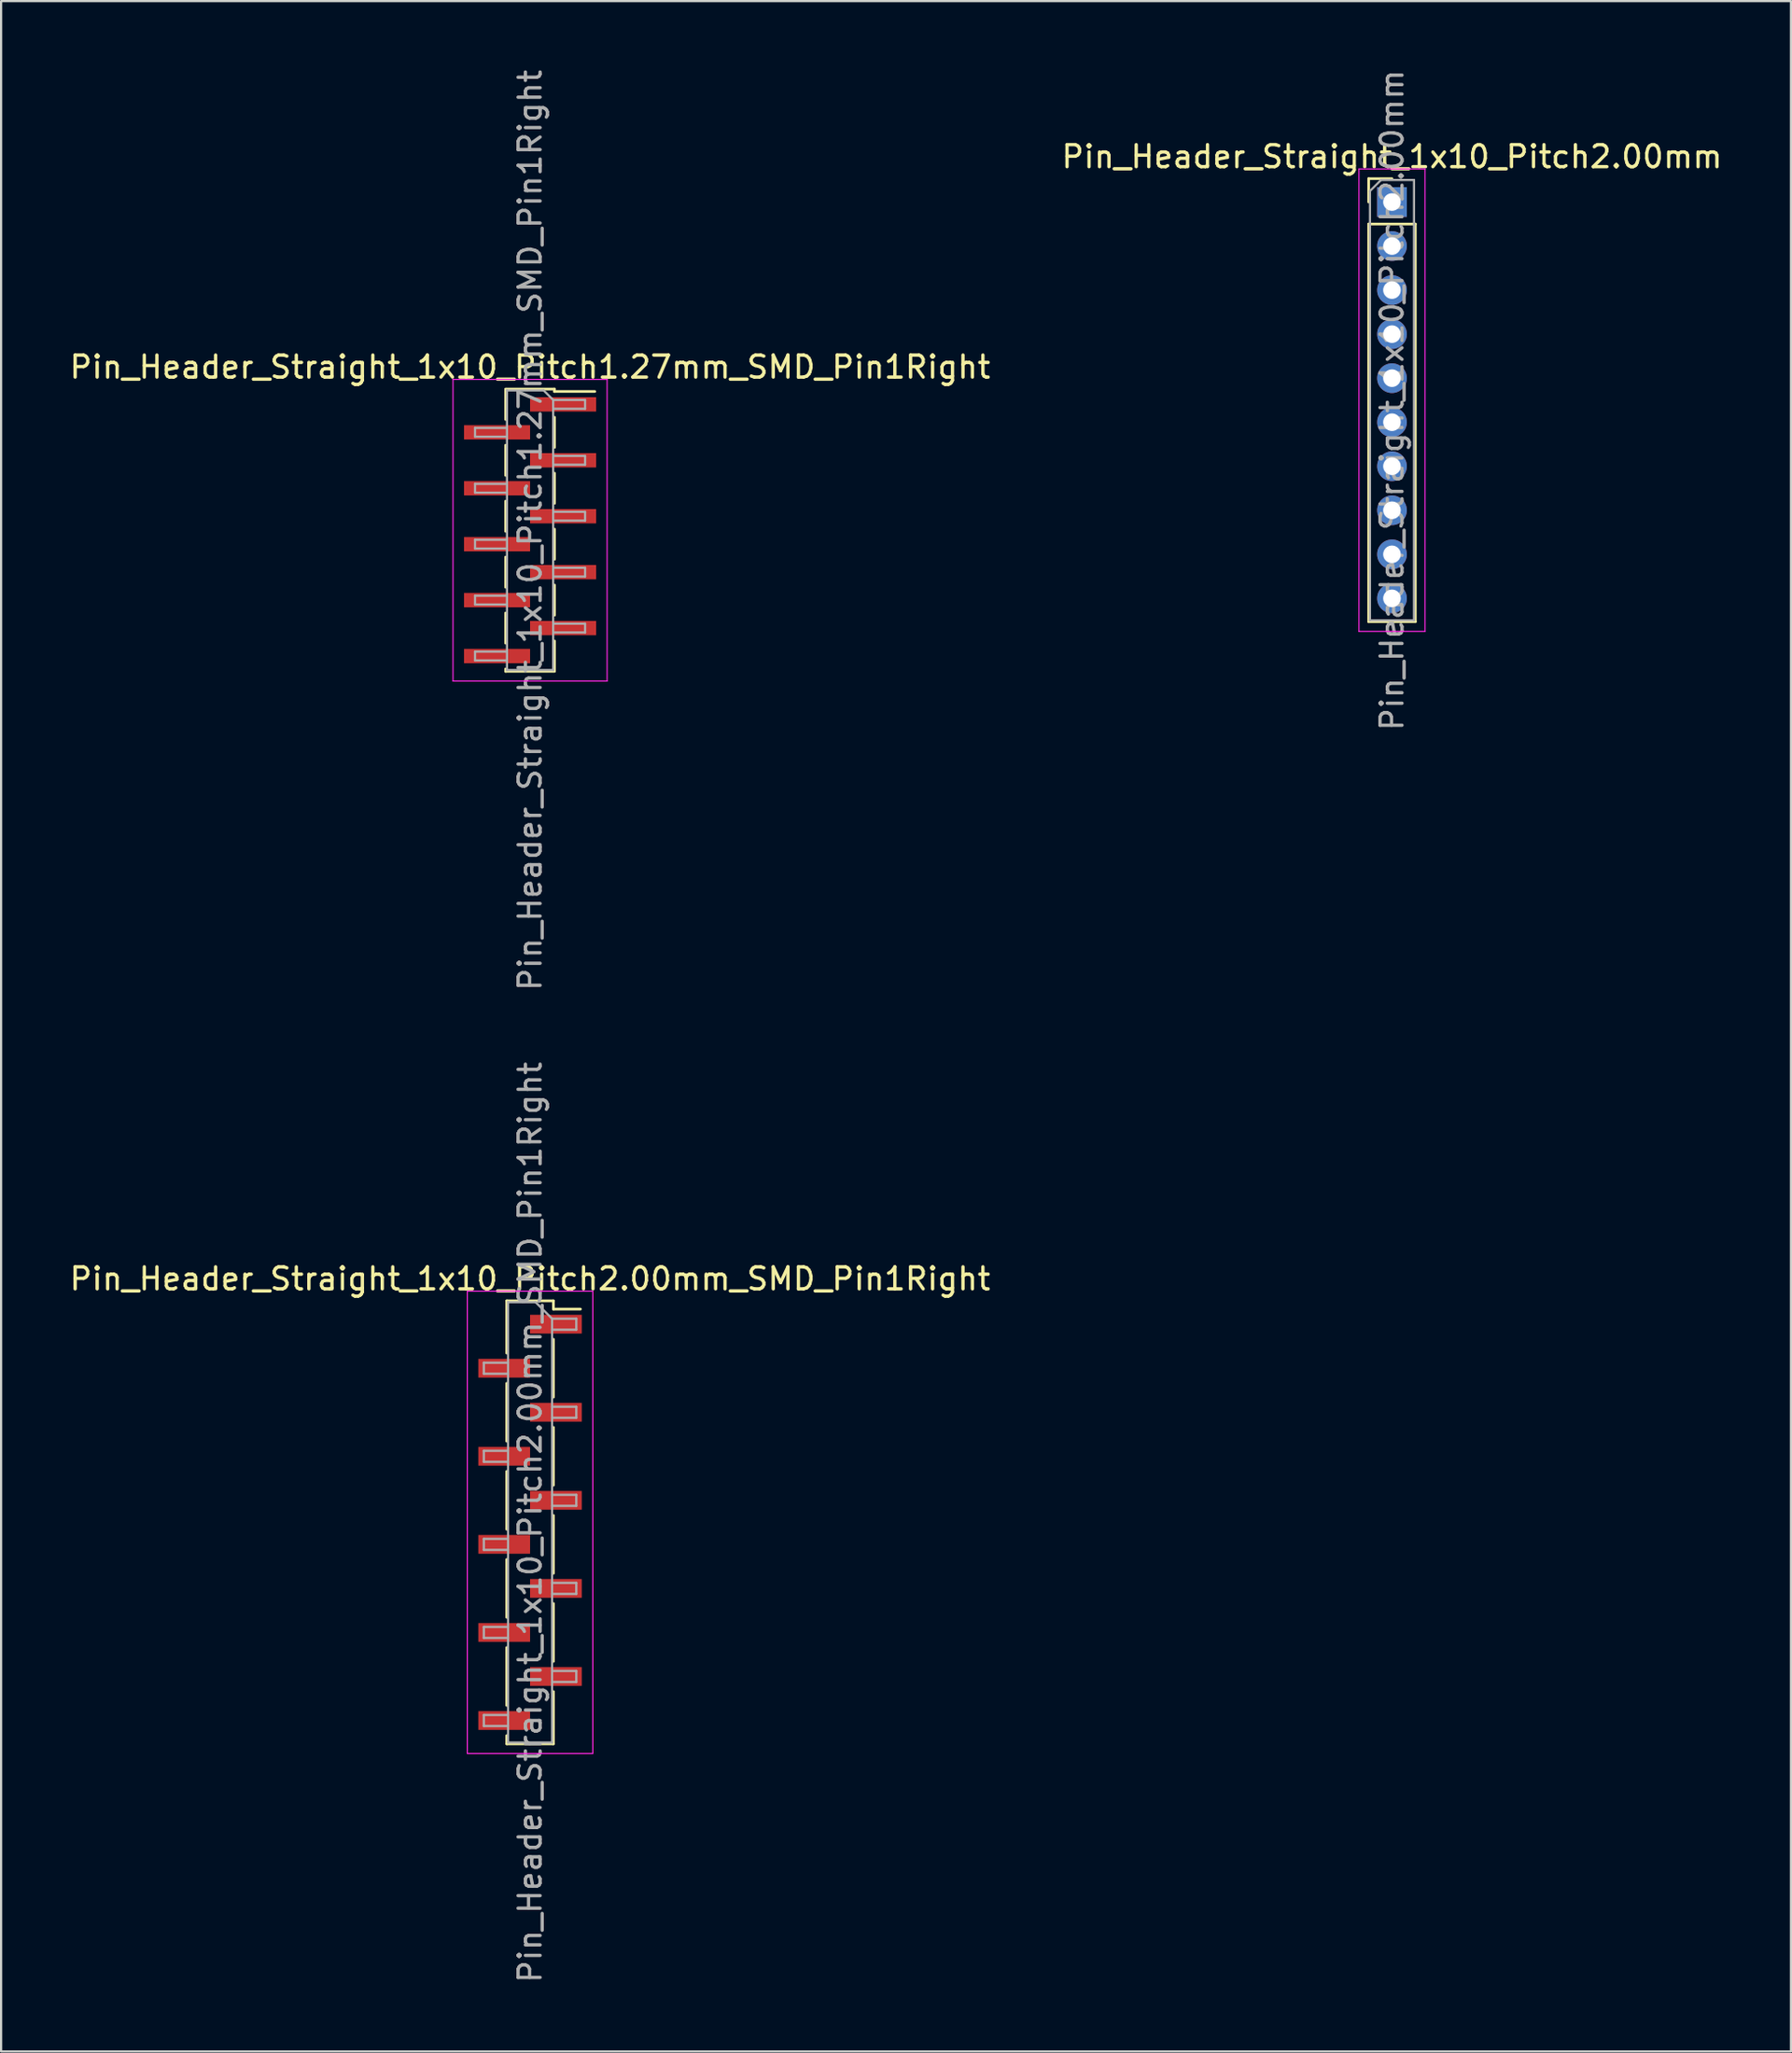
<source format=kicad_pcb>
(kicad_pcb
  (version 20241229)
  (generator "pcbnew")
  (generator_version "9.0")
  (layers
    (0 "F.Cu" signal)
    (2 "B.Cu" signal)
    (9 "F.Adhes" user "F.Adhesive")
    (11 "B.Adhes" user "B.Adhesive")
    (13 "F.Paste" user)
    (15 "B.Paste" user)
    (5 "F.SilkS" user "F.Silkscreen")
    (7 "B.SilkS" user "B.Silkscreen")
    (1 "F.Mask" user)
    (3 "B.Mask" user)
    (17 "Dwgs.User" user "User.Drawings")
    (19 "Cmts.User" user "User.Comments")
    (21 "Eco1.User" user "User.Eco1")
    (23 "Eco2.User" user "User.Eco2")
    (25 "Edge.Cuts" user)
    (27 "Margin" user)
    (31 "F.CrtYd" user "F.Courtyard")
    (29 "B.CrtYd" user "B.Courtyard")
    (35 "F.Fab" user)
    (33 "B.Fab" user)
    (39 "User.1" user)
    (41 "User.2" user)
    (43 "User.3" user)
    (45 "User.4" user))
  (footprint "Pin_Header_Straight_1x10_Pitch2.00mm_SMD_Pin1Right"
    (layer "F.Cu")
    (at 21.03 66.089)
    (property "Reference" "Pin_Header_Straight_1x10_Pitch2.00mm_SMD_Pin1Right" (at 0 -11.06 0) (layer "F.SilkS") (effects (font (size 1 1) (thickness 0.15))))
    (attr smd)
    (fp_line (start -1.06 -10.06) (end -1.06 -7.685) (stroke (width 0.12) (type solid)) (layer "F.SilkS"))
    (fp_line (start -1.06 -10.06) (end 1.06 -10.06) (stroke (width 0.12) (type solid)) (layer "F.SilkS"))
    (fp_line (start -1.06 -6.315) (end -1.06 -3.685) (stroke (width 0.12) (type solid)) (layer "F.SilkS"))
    (fp_line (start -1.06 -2.315) (end -1.06 0.315) (stroke (width 0.12) (type solid)) (layer "F.SilkS"))
    (fp_line (start -1.06 1.685) (end -1.06 4.315) (stroke (width 0.12) (type solid)) (layer "F.SilkS"))
    (fp_line (start -1.06 5.685) (end -1.06 8.315) (stroke (width 0.12) (type solid)) (layer "F.SilkS"))
    (fp_line (start -1.06 9.685) (end -1.06 10.06) (stroke (width 0.12) (type solid)) (layer "F.SilkS"))
    (fp_line (start -1.06 10.06) (end 1.06 10.06) (stroke (width 0.12) (type solid)) (layer "F.SilkS"))
    (fp_line (start 1.06 -10.06) (end 1.06 -9.685) (stroke (width 0.12) (type solid)) (layer "F.SilkS"))
    (fp_line (start 1.06 -9.685) (end 2.29 -9.685) (stroke (width 0.12) (type solid)) (layer "F.SilkS"))
    (fp_line (start 1.06 -8.315) (end 1.06 -5.685) (stroke (width 0.12) (type solid)) (layer "F.SilkS"))
    (fp_line (start 1.06 -4.315) (end 1.06 -1.685) (stroke (width 0.12) (type solid)) (layer "F.SilkS"))
    (fp_line (start 1.06 -0.315) (end 1.06 2.315) (stroke (width 0.12) (type solid)) (layer "F.SilkS"))
    (fp_line (start 1.06 3.685) (end 1.06 6.315) (stroke (width 0.12) (type solid)) (layer "F.SilkS"))
    (fp_line (start 1.06 7.685) (end 1.06 10.06) (stroke (width 0.12) (type solid)) (layer "F.SilkS"))
    (fp_line (start -2.85 -10.5) (end -2.85 10.5) (stroke (width 0.05) (type solid)) (layer "F.CrtYd"))
    (fp_line (start -2.85 10.5) (end 2.85 10.5) (stroke (width 0.05) (type solid)) (layer "F.CrtYd"))
    (fp_line (start 2.85 -10.5) (end -2.85 -10.5) (stroke (width 0.05) (type solid)) (layer "F.CrtYd"))
    (fp_line (start 2.85 10.5) (end 2.85 -10.5) (stroke (width 0.05) (type solid)) (layer "F.CrtYd"))
    (fp_line (start -2.1 -7.25) (end -2.1 -6.75) (stroke (width 0.1) (type solid)) (layer "F.Fab"))
    (fp_line (start -2.1 -6.75) (end -1 -6.75) (stroke (width 0.1) (type solid)) (layer "F.Fab"))
    (fp_line (start -2.1 -3.25) (end -2.1 -2.75) (stroke (width 0.1) (type solid)) (layer "F.Fab"))
    (fp_line (start -2.1 -2.75) (end -1 -2.75) (stroke (width 0.1) (type solid)) (layer "F.Fab"))
    (fp_line (start -2.1 0.75) (end -2.1 1.25) (stroke (width 0.1) (type solid)) (layer "F.Fab"))
    (fp_line (start -2.1 1.25) (end -1 1.25) (stroke (width 0.1) (type solid)) (layer "F.Fab"))
    (fp_line (start -2.1 4.75) (end -2.1 5.25) (stroke (width 0.1) (type solid)) (layer "F.Fab"))
    (fp_line (start -2.1 5.25) (end -1 5.25) (stroke (width 0.1) (type solid)) (layer "F.Fab"))
    (fp_line (start -2.1 8.75) (end -2.1 9.25) (stroke (width 0.1) (type solid)) (layer "F.Fab"))
    (fp_line (start -2.1 9.25) (end -1 9.25) (stroke (width 0.1) (type solid)) (layer "F.Fab"))
    (fp_line (start -1 -10) (end -1 10) (stroke (width 0.1) (type solid)) (layer "F.Fab"))
    (fp_line (start -1 -10) (end 0.25 -10) (stroke (width 0.1) (type solid)) (layer "F.Fab"))
    (fp_line (start -1 -7.25) (end -2.1 -7.25) (stroke (width 0.1) (type solid)) (layer "F.Fab"))
    (fp_line (start -1 -3.25) (end -2.1 -3.25) (stroke (width 0.1) (type solid)) (layer "F.Fab"))
    (fp_line (start -1 0.75) (end -2.1 0.75) (stroke (width 0.1) (type solid)) (layer "F.Fab"))
    (fp_line (start -1 4.75) (end -2.1 4.75) (stroke (width 0.1) (type solid)) (layer "F.Fab"))
    (fp_line (start -1 8.75) (end -2.1 8.75) (stroke (width 0.1) (type solid)) (layer "F.Fab"))
    (fp_line (start 1 -9.25) (end 0.25 -10) (stroke (width 0.1) (type solid)) (layer "F.Fab"))
    (fp_line (start 1 -9.25) (end 2.1 -9.25) (stroke (width 0.1) (type solid)) (layer "F.Fab"))
    (fp_line (start 1 -5.25) (end 2.1 -5.25) (stroke (width 0.1) (type solid)) (layer "F.Fab"))
    (fp_line (start 1 -1.25) (end 2.1 -1.25) (stroke (width 0.1) (type solid)) (layer "F.Fab"))
    (fp_line (start 1 2.75) (end 2.1 2.75) (stroke (width 0.1) (type solid)) (layer "F.Fab"))
    (fp_line (start 1 6.75) (end 2.1 6.75) (stroke (width 0.1) (type solid)) (layer "F.Fab"))
    (fp_line (start 1 10) (end -1 10) (stroke (width 0.1) (type solid)) (layer "F.Fab"))
    (fp_line (start 1 10) (end 1 -9.25) (stroke (width 0.1) (type solid)) (layer "F.Fab"))
    (fp_line (start 2.1 -9.25) (end 2.1 -8.75) (stroke (width 0.1) (type solid)) (layer "F.Fab"))
    (fp_line (start 2.1 -8.75) (end 1 -8.75) (stroke (width 0.1) (type solid)) (layer "F.Fab"))
    (fp_line (start 2.1 -5.25) (end 2.1 -4.75) (stroke (width 0.1) (type solid)) (layer "F.Fab"))
    (fp_line (start 2.1 -4.75) (end 1 -4.75) (stroke (width 0.1) (type solid)) (layer "F.Fab"))
    (fp_line (start 2.1 -1.25) (end 2.1 -0.75) (stroke (width 0.1) (type solid)) (layer "F.Fab"))
    (fp_line (start 2.1 -0.75) (end 1 -0.75) (stroke (width 0.1) (type solid)) (layer "F.Fab"))
    (fp_line (start 2.1 2.75) (end 2.1 3.25) (stroke (width 0.1) (type solid)) (layer "F.Fab"))
    (fp_line (start 2.1 3.25) (end 1 3.25) (stroke (width 0.1) (type solid)) (layer "F.Fab"))
    (fp_line (start 2.1 6.75) (end 2.1 7.25) (stroke (width 0.1) (type solid)) (layer "F.Fab"))
    (fp_line (start 2.1 7.25) (end 1 7.25) (stroke (width 0.1) (type solid)) (layer "F.Fab"))
    (fp_text user "${REFERENCE}" (at 0 0 90) (layer "F.Fab") (effects (font (size 1 1) (thickness 0.15))))
    (pad "1" smd rect (at 1.175 -9) (size 2.35 0.85) (layers "F.Cu" "F.Mask" "F.Paste"))
    (pad "2" smd rect (at -1.175 -7) (size 2.35 0.85) (layers "F.Cu" "F.Mask" "F.Paste"))
    (pad "3" smd rect (at 1.175 -5) (size 2.35 0.85) (layers "F.Cu" "F.Mask" "F.Paste"))
    (pad "4" smd rect (at -1.175 -3) (size 2.35 0.85) (layers "F.Cu" "F.Mask" "F.Paste"))
    (pad "5" smd rect (at 1.175 -1) (size 2.35 0.85) (layers "F.Cu" "F.Mask" "F.Paste"))
    (pad "6" smd rect (at -1.175 1) (size 2.35 0.85) (layers "F.Cu" "F.Mask" "F.Paste"))
    (pad "7" smd rect (at 1.175 3) (size 2.35 0.85) (layers "F.Cu" "F.Mask" "F.Paste"))
    (pad "8" smd rect (at -1.175 5) (size 2.35 0.85) (layers "F.Cu" "F.Mask" "F.Paste"))
    (pad "9" smd rect (at 1.175 7) (size 2.35 0.85) (layers "F.Cu" "F.Mask" "F.Paste"))
    (pad "10" smd rect (at -1.175 9) (size 2.35 0.85) (layers "F.Cu" "F.Mask" "F.Paste")))
  (footprint "Pin_Header_Straight_1x10_Pitch2.00mm"
    (layer "F.Cu")
    (at 60.185 6.125)
    (property "Reference" "Pin_Header_Straight_1x10_Pitch2.00mm" (at 0 -2.06 0) (layer "F.SilkS") (effects (font (size 1 1) (thickness 0.15))))
    (attr through_hole)
    (fp_line (start -1.06 -1.06) (end 0 -1.06) (stroke (width 0.12) (type solid)) (layer "F.SilkS"))
    (fp_line (start -1.06 0) (end -1.06 -1.06) (stroke (width 0.12) (type solid)) (layer "F.SilkS"))
    (fp_line (start -1.06 1) (end -1.06 19.06) (stroke (width 0.12) (type solid)) (layer "F.SilkS"))
    (fp_line (start -1.06 1) (end 1.06 1) (stroke (width 0.12) (type solid)) (layer "F.SilkS"))
    (fp_line (start -1.06 19.06) (end 1.06 19.06) (stroke (width 0.12) (type solid)) (layer "F.SilkS"))
    (fp_line (start 1.06 1) (end 1.06 19.06) (stroke (width 0.12) (type solid)) (layer "F.SilkS"))
    (fp_line (start -1.5 -1.5) (end -1.5 19.5) (stroke (width 0.05) (type solid)) (layer "F.CrtYd"))
    (fp_line (start -1.5 19.5) (end 1.5 19.5) (stroke (width 0.05) (type solid)) (layer "F.CrtYd"))
    (fp_line (start 1.5 -1.5) (end -1.5 -1.5) (stroke (width 0.05) (type solid)) (layer "F.CrtYd"))
    (fp_line (start 1.5 19.5) (end 1.5 -1.5) (stroke (width 0.05) (type solid)) (layer "F.CrtYd"))
    (fp_line (start -1 -0.5) (end -0.5 -1) (stroke (width 0.1) (type solid)) (layer "F.Fab"))
    (fp_line (start -1 19) (end -1 -0.5) (stroke (width 0.1) (type solid)) (layer "F.Fab"))
    (fp_line (start -0.5 -1) (end 1 -1) (stroke (width 0.1) (type solid)) (layer "F.Fab"))
    (fp_line (start 1 -1) (end 1 19) (stroke (width 0.1) (type solid)) (layer "F.Fab"))
    (fp_line (start 1 19) (end -1 19) (stroke (width 0.1) (type solid)) (layer "F.Fab"))
    (fp_text user "${REFERENCE}" (at 0 9 90) (layer "F.Fab") (effects (font (size 1 1) (thickness 0.15))))
    (pad "1" thru_hole rect (at 0 0) (size 1.35 1.35) (drill 0.8) (layers "*.Cu" "*.Mask"))
    (pad "2" thru_hole oval (at 0 2) (size 1.35 1.35) (drill 0.8) (layers "*.Cu" "*.Mask"))
    (pad "3" thru_hole oval (at 0 4) (size 1.35 1.35) (drill 0.8) (layers "*.Cu" "*.Mask"))
    (pad "4" thru_hole oval (at 0 6) (size 1.35 1.35) (drill 0.8) (layers "*.Cu" "*.Mask"))
    (pad "5" thru_hole oval (at 0 8) (size 1.35 1.35) (drill 0.8) (layers "*.Cu" "*.Mask"))
    (pad "6" thru_hole oval (at 0 10) (size 1.35 1.35) (drill 0.8) (layers "*.Cu" "*.Mask"))
    (pad "7" thru_hole oval (at 0 12) (size 1.35 1.35) (drill 0.8) (layers "*.Cu" "*.Mask"))
    (pad "8" thru_hole oval (at 0 14) (size 1.35 1.35) (drill 0.8) (layers "*.Cu" "*.Mask"))
    (pad "9" thru_hole oval (at 0 16) (size 1.35 1.35) (drill 0.8) (layers "*.Cu" "*.Mask"))
    (pad "10" thru_hole oval (at 0 18) (size 1.35 1.35) (drill 0.8) (layers "*.Cu" "*.Mask")))
  (footprint "Pin_Header_Straight_1x10_Pitch1.27mm_SMD_Pin1Right"
    (layer "F.Cu")
    (at 21.03 21.03)
    (property "Reference" "Pin_Header_Straight_1x10_Pitch1.27mm_SMD_Pin1Right" (at 0 -7.41 0) (layer "F.SilkS") (effects (font (size 1 1) (thickness 0.15))))
    (attr smd)
    (fp_line (start -1.11 -6.41) (end 1.11 -6.41) (stroke (width 0.12) (type solid)) (layer "F.SilkS"))
    (fp_line (start -1.11 -6.4) (end -1.11 -5.03) (stroke (width 0.12) (type solid)) (layer "F.SilkS"))
    (fp_line (start -1.11 -3.86) (end -1.11 -2.49) (stroke (width 0.12) (type solid)) (layer "F.SilkS"))
    (fp_line (start -1.11 -1.32) (end -1.11 0.05) (stroke (width 0.12) (type solid)) (layer "F.SilkS"))
    (fp_line (start -1.11 1.22) (end -1.11 2.59) (stroke (width 0.12) (type solid)) (layer "F.SilkS"))
    (fp_line (start -1.11 3.76) (end -1.11 5.13) (stroke (width 0.12) (type solid)) (layer "F.SilkS"))
    (fp_line (start -1.11 6.3) (end -1.11 6.41) (stroke (width 0.12) (type solid)) (layer "F.SilkS"))
    (fp_line (start -1.11 6.41) (end 1.11 6.41) (stroke (width 0.12) (type solid)) (layer "F.SilkS"))
    (fp_line (start 1.11 -6.41) (end 1.11 -6.3) (stroke (width 0.12) (type solid)) (layer "F.SilkS"))
    (fp_line (start 1.11 -6.3) (end 2.94 -6.3) (stroke (width 0.12) (type solid)) (layer "F.SilkS"))
    (fp_line (start 1.11 -5.13) (end 1.11 -3.76) (stroke (width 0.12) (type solid)) (layer "F.SilkS"))
    (fp_line (start 1.11 -2.59) (end 1.11 -1.22) (stroke (width 0.12) (type solid)) (layer "F.SilkS"))
    (fp_line (start 1.11 -0.05) (end 1.11 1.32) (stroke (width 0.12) (type solid)) (layer "F.SilkS"))
    (fp_line (start 1.11 2.49) (end 1.11 3.86) (stroke (width 0.12) (type solid)) (layer "F.SilkS"))
    (fp_line (start 1.11 5.03) (end 1.11 6.4) (stroke (width 0.12) (type solid)) (layer "F.SilkS"))
    (fp_line (start -3.5 -6.85) (end -3.5 6.85) (stroke (width 0.05) (type solid)) (layer "F.CrtYd"))
    (fp_line (start -3.5 6.85) (end 3.5 6.85) (stroke (width 0.05) (type solid)) (layer "F.CrtYd"))
    (fp_line (start 3.5 -6.85) (end -3.5 -6.85) (stroke (width 0.05) (type solid)) (layer "F.CrtYd"))
    (fp_line (start 3.5 6.85) (end 3.5 -6.85) (stroke (width 0.05) (type solid)) (layer "F.CrtYd"))
    (fp_line (start -2.5 -4.645) (end -2.5 -4.245) (stroke (width 0.1) (type solid)) (layer "F.Fab"))
    (fp_line (start -2.5 -4.245) (end -1.05 -4.245) (stroke (width 0.1) (type solid)) (layer "F.Fab"))
    (fp_line (start -2.5 -2.105) (end -2.5 -1.705) (stroke (width 0.1) (type solid)) (layer "F.Fab"))
    (fp_line (start -2.5 -1.705) (end -1.05 -1.705) (stroke (width 0.1) (type solid)) (layer "F.Fab"))
    (fp_line (start -2.5 0.435) (end -2.5 0.835) (stroke (width 0.1) (type solid)) (layer "F.Fab"))
    (fp_line (start -2.5 0.835) (end -1.05 0.835) (stroke (width 0.1) (type solid)) (layer "F.Fab"))
    (fp_line (start -2.5 2.975) (end -2.5 3.375) (stroke (width 0.1) (type solid)) (layer "F.Fab"))
    (fp_line (start -2.5 3.375) (end -1.05 3.375) (stroke (width 0.1) (type solid)) (layer "F.Fab"))
    (fp_line (start -2.5 5.515) (end -2.5 5.915) (stroke (width 0.1) (type solid)) (layer "F.Fab"))
    (fp_line (start -2.5 5.915) (end -1.05 5.915) (stroke (width 0.1) (type solid)) (layer "F.Fab"))
    (fp_line (start -1.05 -6.35) (end -1.05 6.35) (stroke (width 0.1) (type solid)) (layer "F.Fab"))
    (fp_line (start -1.05 -6.35) (end 0.615 -6.35) (stroke (width 0.1) (type solid)) (layer "F.Fab"))
    (fp_line (start -1.05 -4.645) (end -2.5 -4.645) (stroke (width 0.1) (type solid)) (layer "F.Fab"))
    (fp_line (start -1.05 -2.105) (end -2.5 -2.105) (stroke (width 0.1) (type solid)) (layer "F.Fab"))
    (fp_line (start -1.05 0.435) (end -2.5 0.435) (stroke (width 0.1) (type solid)) (layer "F.Fab"))
    (fp_line (start -1.05 2.975) (end -2.5 2.975) (stroke (width 0.1) (type solid)) (layer "F.Fab"))
    (fp_line (start -1.05 5.515) (end -2.5 5.515) (stroke (width 0.1) (type solid)) (layer "F.Fab"))
    (fp_line (start 1.05 -5.915) (end 0.615 -6.35) (stroke (width 0.1) (type solid)) (layer "F.Fab"))
    (fp_line (start 1.05 -5.915) (end 2.5 -5.915) (stroke (width 0.1) (type solid)) (layer "F.Fab"))
    (fp_line (start 1.05 -3.375) (end 2.5 -3.375) (stroke (width 0.1) (type solid)) (layer "F.Fab"))
    (fp_line (start 1.05 -0.835) (end 2.5 -0.835) (stroke (width 0.1) (type solid)) (layer "F.Fab"))
    (fp_line (start 1.05 1.705) (end 2.5 1.705) (stroke (width 0.1) (type solid)) (layer "F.Fab"))
    (fp_line (start 1.05 4.245) (end 2.5 4.245) (stroke (width 0.1) (type solid)) (layer "F.Fab"))
    (fp_line (start 1.05 6.35) (end -1.05 6.35) (stroke (width 0.1) (type solid)) (layer "F.Fab"))
    (fp_line (start 1.05 6.35) (end 1.05 -5.915) (stroke (width 0.1) (type solid)) (layer "F.Fab"))
    (fp_line (start 2.5 -5.915) (end 2.5 -5.515) (stroke (width 0.1) (type solid)) (layer "F.Fab"))
    (fp_line (start 2.5 -5.515) (end 1.05 -5.515) (stroke (width 0.1) (type solid)) (layer "F.Fab"))
    (fp_line (start 2.5 -3.375) (end 2.5 -2.975) (stroke (width 0.1) (type solid)) (layer "F.Fab"))
    (fp_line (start 2.5 -2.975) (end 1.05 -2.975) (stroke (width 0.1) (type solid)) (layer "F.Fab"))
    (fp_line (start 2.5 -0.835) (end 2.5 -0.435) (stroke (width 0.1) (type solid)) (layer "F.Fab"))
    (fp_line (start 2.5 -0.435) (end 1.05 -0.435) (stroke (width 0.1) (type solid)) (layer "F.Fab"))
    (fp_line (start 2.5 1.705) (end 2.5 2.105) (stroke (width 0.1) (type solid)) (layer "F.Fab"))
    (fp_line (start 2.5 2.105) (end 1.05 2.105) (stroke (width 0.1) (type solid)) (layer "F.Fab"))
    (fp_line (start 2.5 4.245) (end 2.5 4.645) (stroke (width 0.1) (type solid)) (layer "F.Fab"))
    (fp_line (start 2.5 4.645) (end 1.05 4.645) (stroke (width 0.1) (type solid)) (layer "F.Fab"))
    (fp_text user "${REFERENCE}" (at 0 0 90) (layer "F.Fab") (effects (font (size 1 1) (thickness 0.15))))
    (pad "1" smd rect (at 1.5 -5.715) (size 3 0.65) (layers "F.Cu" "F.Mask" "F.Paste"))
    (pad "2" smd rect (at -1.5 -4.445) (size 3 0.65) (layers "F.Cu" "F.Mask" "F.Paste"))
    (pad "3" smd rect (at 1.5 -3.175) (size 3 0.65) (layers "F.Cu" "F.Mask" "F.Paste"))
    (pad "4" smd rect (at -1.5 -1.905) (size 3 0.65) (layers "F.Cu" "F.Mask" "F.Paste"))
    (pad "5" smd rect (at 1.5 -0.635) (size 3 0.65) (layers "F.Cu" "F.Mask" "F.Paste"))
    (pad "6" smd rect (at -1.5 0.635) (size 3 0.65) (layers "F.Cu" "F.Mask" "F.Paste"))
    (pad "7" smd rect (at 1.5 1.905) (size 3 0.65) (layers "F.Cu" "F.Mask" "F.Paste"))
    (pad "8" smd rect (at -1.5 3.175) (size 3 0.65) (layers "F.Cu" "F.Mask" "F.Paste"))
    (pad "9" smd rect (at 1.5 4.445) (size 3 0.65) (layers "F.Cu" "F.Mask" "F.Paste"))
    (pad "10" smd rect (at -1.5 5.715) (size 3 0.65) (layers "F.Cu" "F.Mask" "F.Paste")))
  (gr_rect
    (start -3 -3)
    (end 78.31 90.119)
    (stroke (width 0.1) (type default))
    (fill no)
    (layer "Edge.Cuts")))
</source>
